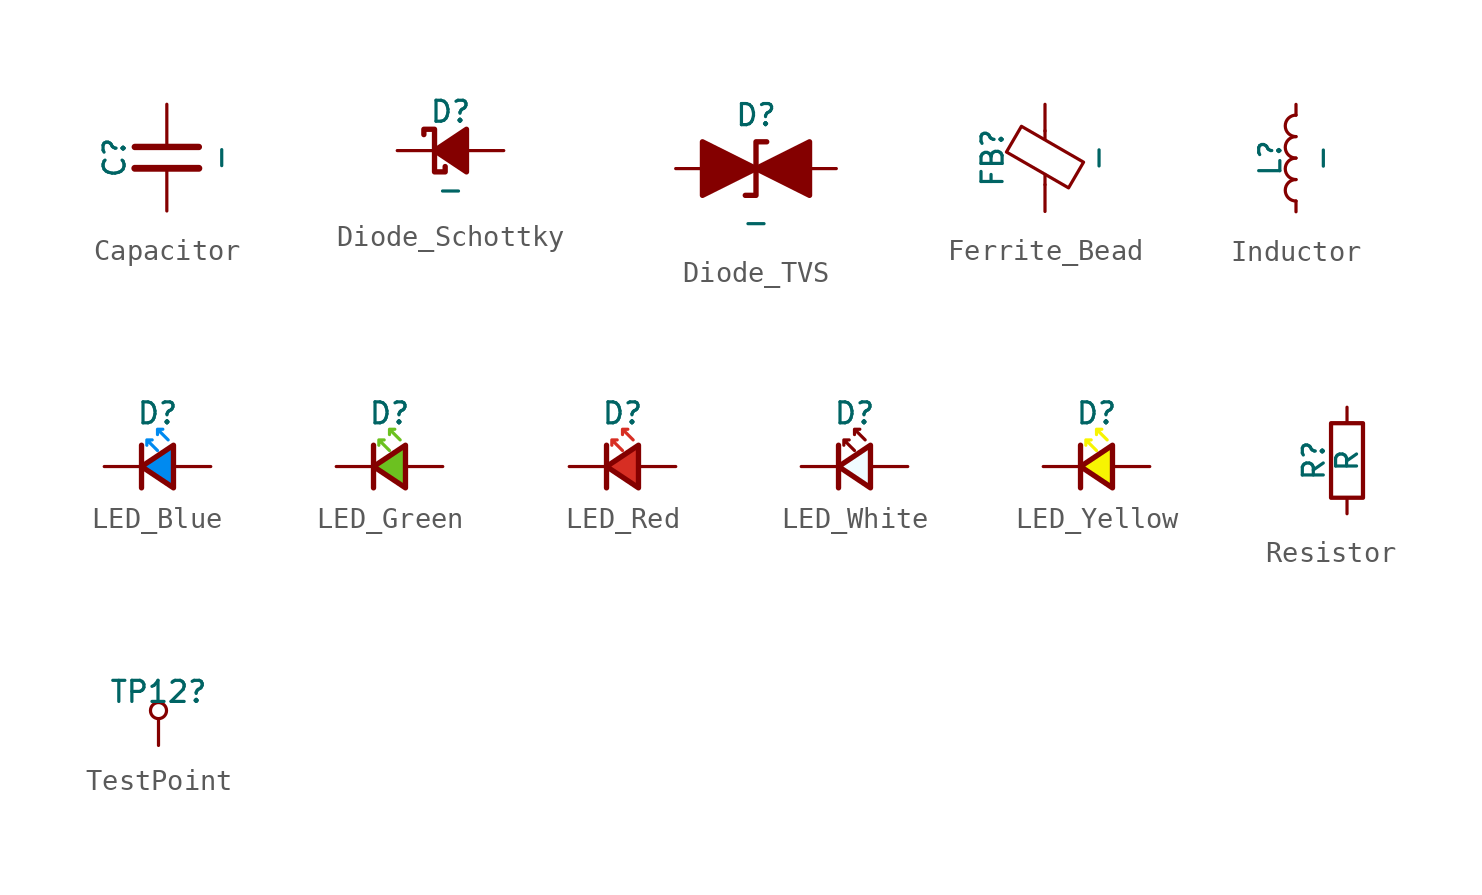
<source format=kicad_sym>
(kicad_symbol_lib
  (version 20220914)
  (generator kicad_symbol_editor)
  (symbol "Capacitor"
    (pin_numbers hide)
    (pin_names
      (offset 0.254) hide)
    (property "Reference" "C"
      (at -1.905 0 90)
      (do_not_autoplace)
      (effects (font (size 1 1)) (justify bottom)))
    (property "Value" "-"
      (at 2.54 0 90)
      (do_not_autoplace)
      (effects (font (size 1 1))))
    (symbol "Capacitor_0_1"
      (polyline (pts (xy -1.524 -0.508) (xy 1.524 -0.508)) (stroke (width 0.33) (type default)) (fill (type none)))
      (polyline (pts (xy -1.524 0.508) (xy 1.524 0.508)) (stroke (width 0.305) (type default)) (fill (type none))))
    (symbol "Capacitor_1_1"
      (pin passive line (at 0 2.54 270) (length 2.032) (name "~" (effects (font (size 1 1)))) (number "1" (effects (font (size 1 1)))))
      (pin passive line (at 0 -2.54 90) (length 2.032) (name "~" (effects (font (size 1 1)))) (number "2" (effects (font (size 1 1)))))))
  (symbol "Diode_Schottky"
    (pin_numbers hide)
    (pin_names
      (offset 0.254) hide)
    (property "Reference" "D"
      (at 0 1.27 0)
      (do_not_autoplace)
      (effects (font (size 1 1)) (justify bottom)))
    (property "Value" "-"
      (at 0 -1.27 0)
      (effects (font (size 1 1)) (justify top)))
    (symbol "Diode_Schottky_0_1"
      (polyline (pts (xy -0.762 0) (xy 0.762 0)) (stroke (width 0) (type default)) (fill (type none)))
      (polyline (pts (xy 0.762 -1.016) (xy -0.762 0) (xy 0.762 1.016) (xy 0.762 -1.016)) (stroke (width 0.254) (type default)) (fill (type outline)))
      (polyline (pts (xy -1.27 0.762) (xy -1.27 1.016) (xy -0.762 1.016) (xy -0.762 -1.016) (xy -0.254 -1.016) (xy -0.254 -0.762)) (stroke (width 0.254) (type default)) (fill (type none))))
    (symbol "Diode_Schottky_1_1"
      (pin passive line (at -2.54 0 0) (length 1.778) (name "K" (effects (font (size 1 1)))) (number "1" (effects (font (size 1 1)))))
      (pin passive line (at 2.54 0 180) (length 1.778) (name "A" (effects (font (size 1 1)))) (number "2" (effects (font (size 1 1)))))))
  (symbol "Diode_TVS"
    (pin_numbers hide)
    (pin_names
      (offset 1.016) hide)
    (property "Reference" "D"
      (at 0 2.54 0)
      (do_not_autoplace)
      (effects (font (size 1 1))))
    (property "Value" "-"
      (at 0 -2.54 0)
      (do_not_autoplace)
      (effects (font (size 1 1))))
    (symbol "Diode_TVS_0_1"
      (polyline (pts (xy 1.27 0) (xy -1.27 0)) (stroke (width 0) (type default)) (fill (type none)))
      (polyline (pts (xy -2.54 -1.27) (xy 0 0) (xy -2.54 1.27) (xy -2.54 -1.27)) (stroke (width 0.254) (type default)) (fill (type outline)))
      (polyline (pts (xy 0.508 1.27) (xy 0 1.27) (xy 0 -1.27) (xy -0.508 -1.27)) (stroke (width 0.254) (type default)) (fill (type none)))
      (polyline (pts (xy 2.54 1.27) (xy 2.54 -1.27) (xy 0 0) (xy 2.54 1.27)) (stroke (width 0.254) (type default)) (fill (type outline))))
    (symbol "Diode_TVS_1_1"
      (pin passive line (at -3.81 0 0) (length 2.54) (name "A1" (effects (font (size 1 1)))) (number "1" (effects (font (size 1 1)))))
      (pin passive line (at 3.81 0 180) (length 2.54) (name "A2" (effects (font (size 1 1)))) (number "2" (effects (font (size 1 1)))))))
  (symbol "Ferrite_Bead"
    (pin_numbers hide)
    (pin_names
      (offset 0))
    (property "Reference" "FB"
      (at -1.905 0 90)
      (do_not_autoplace)
      (effects (font (size 1 1)) (justify bottom)))
    (property "Value" "-"
      (at 1.905 0 90)
      (do_not_autoplace)
      (effects (font (size 1 1)) (justify top)))
    (symbol "Ferrite_Bead_0_1"
      (polyline (pts (xy 0 -1.27) (xy 0 -0.787)) (stroke (width 0) (type default)) (fill (type none)))
      (polyline (pts (xy 0 0.889) (xy 0 1.295)) (stroke (width 0) (type default)) (fill (type none)))
      (polyline (pts (xy -1.829 0.279) (xy -1.118 1.499) (xy 1.829 -0.203) (xy 1.118 -1.422) (xy -1.829 0.279)) (stroke (width 0) (type default)) (fill (type none))))
    (symbol "Ferrite_Bead_1_1"
      (pin passive line (at 0 2.54 270) (length 1.27) (name "~" (effects (font (size 1 1)))) (number "1" (effects (font (size 1 1)))))
      (pin passive line (at 0 -2.54 90) (length 1.27) (name "~" (effects (font (size 1 1)))) (number "2" (effects (font (size 1 1)))))))
  (symbol "Inductor"
    (pin_numbers hide)
    (pin_names
      (offset 0.254) hide)
    (property "Reference" "L"
      (at -0.635 0 90)
      (do_not_autoplace)
      (effects (font (size 1 1)) (justify bottom)))
    (property "Value" "-"
      (at 0.635 0 90)
      (do_not_autoplace)
      (effects (font (size 1 1)) (justify top)))
    (symbol "Inductor_0_1"
      (arc (start 0 -1.016) (mid -0.5058 -1.524) (end 0 -2.032) (stroke (width 0) (type default)) (fill (type none)))
      (arc (start 0 0) (mid -0.5058 -0.508) (end 0 -1.016) (stroke (width 0) (type default)) (fill (type none)))
      (arc (start 0 1.016) (mid -0.5058 0.508) (end 0 0) (stroke (width 0) (type default)) (fill (type none)))
      (arc (start 0 2.032) (mid -0.5058 1.524) (end 0 1.016) (stroke (width 0) (type default)) (fill (type none))))
    (symbol "Inductor_1_1"
      (pin passive line (at 0 -2.54 90) (length 0.508) (name "~" (effects (font (size 1 1)))) (number "1" (effects (font (size 1 1)))))
      (pin passive line (at 0 2.54 270) (length 0.508) (name "~" (effects (font (size 1 1)))) (number "2" (effects (font (size 1 1)))))))
  (symbol "LED_Blue"
    (pin_numbers hide)
    (pin_names
      (offset 0.254) hide)
    (property "Reference" "D"
      (at 0 2.54 0)
      (do_not_autoplace)
      (effects (font (size 1 1))))
    (symbol "LED_Blue_0_1"
      (polyline (pts (xy -0.762 -1.016) (xy -0.762 1.016)) (stroke (width 0.254) (type default)) (fill (type none))))
    (symbol "LED_Blue_1_1"
      (polyline (pts (xy 0.762 -1.016) (xy -0.762 0) (xy 0.762 1.016) (xy 0.762 -1.016)) (stroke (width 0.254) (type default)) (fill (type color) (color 0 138 240 1)))
      (polyline (pts (xy 0 0.762) (xy -0.508 1.27) (xy -0.254 1.27) (xy -0.508 1.27) (xy -0.508 1.016)) (stroke (width 0) (type default) (color 0 138 240 1)) (fill (type none)))
      (polyline (pts (xy 0.508 1.27) (xy 0 1.778) (xy 0.254 1.778) (xy 0 1.778) (xy 0 1.524)) (stroke (width 0) (type default) (color 0 138 240 1)) (fill (type none)))
      (pin passive line (at -2.54 0 0) (length 1.778) (name "K" (effects (font (size 1 1)))) (number "1" (effects (font (size 1 1)))))
      (pin passive line (at 2.54 0 180) (length 1.778) (name "A" (effects (font (size 1 1)))) (number "2" (effects (font (size 1 1)))))))
  (symbol "LED_Green"
    (pin_numbers hide)
    (pin_names
      (offset 0.254) hide)
    (property "Reference" "D"
      (at 0 2.54 0)
      (do_not_autoplace)
      (effects (font (size 1 1))))
    (symbol "LED_Green_0_1"
      (polyline (pts (xy -0.762 -1.016) (xy -0.762 1.016)) (stroke (width 0.254) (type default)) (fill (type none))))
    (symbol "LED_Green_1_1"
      (polyline (pts (xy 0.762 -1.016) (xy -0.762 0) (xy 0.762 1.016) (xy 0.762 -1.016)) (stroke (width 0.254) (type default)) (fill (type color) (color 108 193 32 1)))
      (polyline (pts (xy 0 0.762) (xy -0.508 1.27) (xy -0.254 1.27) (xy -0.508 1.27) (xy -0.508 1.016)) (stroke (width 0) (type default) (color 108 193 32 1)) (fill (type none)))
      (polyline (pts (xy 0.508 1.27) (xy 0 1.778) (xy 0.254 1.778) (xy 0 1.778) (xy 0 1.524)) (stroke (width 0) (type default) (color 108 193 32 1)) (fill (type none)))
      (pin passive line (at -2.54 0 0) (length 1.778) (name "K" (effects (font (size 1 1)))) (number "1" (effects (font (size 1 1)))))
      (pin passive line (at 2.54 0 180) (length 1.778) (name "A" (effects (font (size 1 1)))) (number "2" (effects (font (size 1 1)))))))
  (symbol "LED_Red"
    (pin_numbers hide)
    (pin_names
      (offset 0.254) hide)
    (property "Reference" "D"
      (at 0 2.54 0)
      (do_not_autoplace)
      (effects (font (size 1 1))))
    (symbol "LED_Red_0_1"
      (polyline (pts (xy -0.762 -1.016) (xy -0.762 1.016)) (stroke (width 0.254) (type default)) (fill (type none))))
    (symbol "LED_Red_1_1"
      (polyline (pts (xy 0.762 -1.016) (xy -0.762 0) (xy 0.762 1.016) (xy 0.762 -1.016)) (stroke (width 0.254) (type default)) (fill (type color) (color 215 46 35 1)))
      (polyline (pts (xy 0 0.762) (xy -0.508 1.27) (xy -0.254 1.27) (xy -0.508 1.27) (xy -0.508 1.016)) (stroke (width 0) (type default) (color 215 46 35 1)) (fill (type none)))
      (polyline (pts (xy 0.508 1.27) (xy 0 1.778) (xy 0.254 1.778) (xy 0 1.778) (xy 0 1.524)) (stroke (width 0) (type default) (color 215 46 35 1)) (fill (type none)))
      (pin passive line (at -2.54 0 0) (length 1.778) (name "K" (effects (font (size 1 1)))) (number "1" (effects (font (size 1 1)))))
      (pin passive line (at 2.54 0 180) (length 1.778) (name "A" (effects (font (size 1 1)))) (number "2" (effects (font (size 1 1)))))))
  (symbol "LED_White"
    (pin_numbers hide)
    (pin_names
      (offset 0.254) hide)
    (property "Reference" "D"
      (at 0 2.54 0)
      (do_not_autoplace)
      (effects (font (size 1 1))))
    (symbol "LED_White_0_1"
      (polyline (pts (xy -0.762 -1.016) (xy -0.762 1.016)) (stroke (width 0.254) (type default)) (fill (type none))))
    (symbol "LED_White_1_1"
      (polyline (pts (xy 0.762 -1.016) (xy -0.762 0) (xy 0.762 1.016) (xy 0.762 -1.016)) (stroke (width 0.254) (type default)) (fill (type color) (color 240 251 255 1)))
      (polyline (pts (xy 0 0.762) (xy -0.508 1.27) (xy -0.254 1.27) (xy -0.508 1.27) (xy -0.508 1.016)) (stroke (width 0) (type default)) (fill (type none)))
      (polyline (pts (xy 0.508 1.27) (xy 0 1.778) (xy 0.254 1.778) (xy 0 1.778) (xy 0 1.524)) (stroke (width 0) (type default)) (fill (type none)))
      (pin passive line (at -2.54 0 0) (length 1.778) (name "K" (effects (font (size 1 1)))) (number "1" (effects (font (size 1 1)))))
      (pin passive line (at 2.54 0 180) (length 1.778) (name "A" (effects (font (size 1 1)))) (number "2" (effects (font (size 1 1)))))))
  (symbol "LED_Yellow"
    (pin_numbers hide)
    (pin_names
      (offset 0.254) hide)
    (property "Reference" "D"
      (at 0 2.54 0)
      (do_not_autoplace)
      (effects (font (size 1 1))))
    (symbol "LED_Yellow_0_1"
      (polyline (pts (xy -0.762 -1.016) (xy -0.762 1.016)) (stroke (width 0.254) (type default)) (fill (type none))))
    (symbol "LED_Yellow_1_1"
      (polyline (pts (xy 0.762 -1.016) (xy -0.762 0) (xy 0.762 1.016) (xy 0.762 -1.016)) (stroke (width 0.254) (type default)) (fill (type color) (color 247 244 2 1)))
      (polyline (pts (xy 0 0.762) (xy -0.508 1.27) (xy -0.254 1.27) (xy -0.508 1.27) (xy -0.508 1.016)) (stroke (width 0) (type default) (color 247 244 2 1)) (fill (type none)))
      (polyline (pts (xy 0.508 1.27) (xy 0 1.778) (xy 0.254 1.778) (xy 0 1.778) (xy 0 1.524)) (stroke (width 0) (type default) (color 247 244 2 1)) (fill (type none)))
      (pin passive line (at -2.54 0 0) (length 1.778) (name "K" (effects (font (size 1 1)))) (number "1" (effects (font (size 1 1)))))
      (pin passive line (at 2.54 0 180) (length 1.778) (name "A" (effects (font (size 1 1)))) (number "2" (effects (font (size 1 1)))))))
  (symbol "Resistor"
    (pin_numbers hide)
    (pin_names
      (offset 0.254) hide)
    (property "Reference" "R"
      (at -1.587 0 90)
      (do_not_autoplace)
      (effects (font (size 1 1))))
    (property "Value" "R"
      (at 0 0 90)
      (do_not_autoplace)
      (effects (font (size 1 1))))
    (symbol "Resistor_0_1"
      (rectangle (start -0.762 1.778) (end 0.762 -1.778) (stroke (width 0.203) (type default)) (fill (type none))))
    (symbol "Resistor_1_1"
      (pin passive line (at 0 2.54 270) (length 0.762) (name "~" (effects (font (size 1 1)))) (number "1" (effects (font (size 1 1)))))
      (pin passive line (at 0 -2.54 90) (length 0.762) (name "~" (effects (font (size 1 1)))) (number "2" (effects (font (size 1 1)))))))
  (symbol "TestPoint"
    (pin_numbers hide)
    (pin_names
      (offset 0.762) hide)
    (property "Reference" "TP12"
      (at 0 2.54 0)
      (do_not_autoplace)
      (effects (font (size 1 1))))
    (symbol "TestPoint_0_1"
      (circle (center 0 1.651) (radius 0.381) (stroke (width 0) (type default)) (fill (type none))))
    (symbol "TestPoint_1_1"
      (pin passive line (at 0 0 90) (length 1.27) (name "1" (effects (font (size 1.27 1.27)))) (number "1" (effects (font (size 1.27 1.27))))))))
</source>
